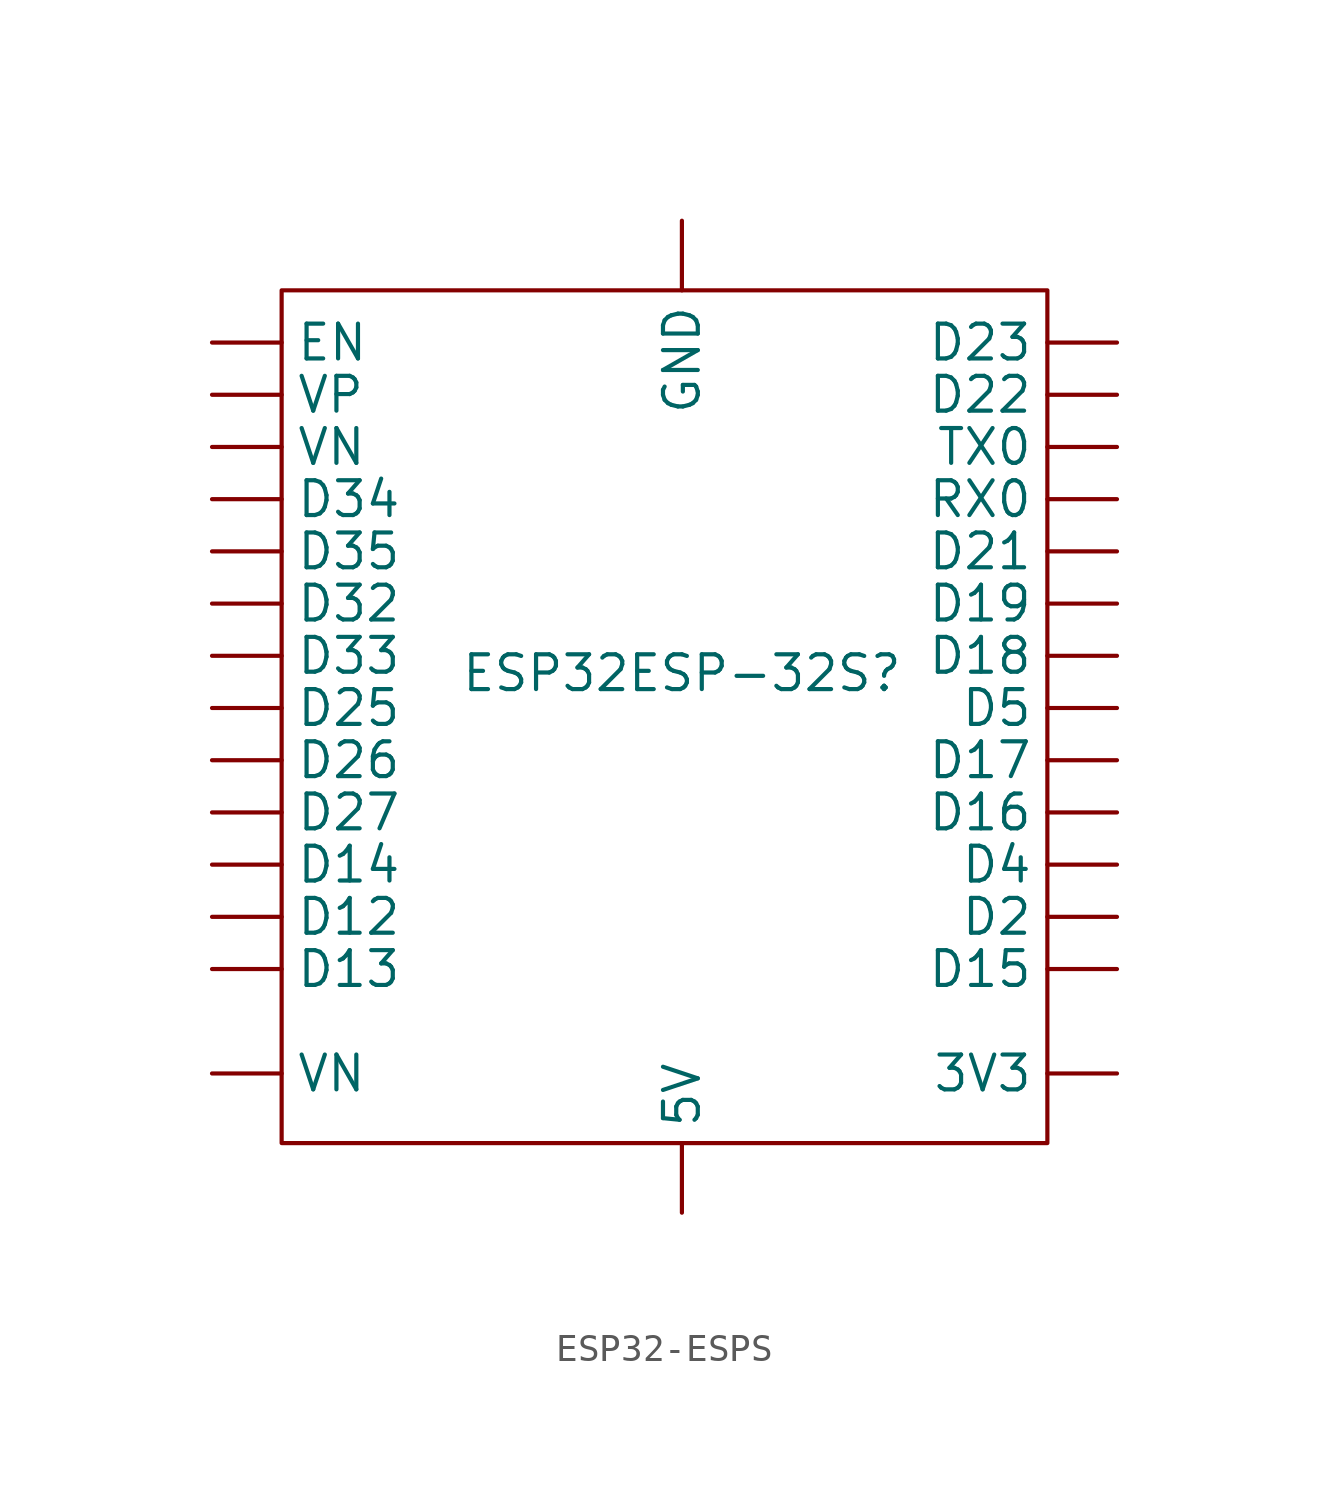
<source format=kicad_sym>
(kicad_symbol_lib
  (version 20220914)
  (generator kicad_symbol_editor)
  (symbol "ESP32-ESPS"
    (property "Reference" "ESP32ESP-32S"
      (at 9.525 -10.16 0)
      (effects (font (size 1.27 1.27))))
    (property "Value" ""
      (at -3.81 1.27 0)
      (effects (font (size 1.27 1.27))))
    (symbol "ESP32-ESPS_0_1"
      (rectangle (start -5.08 3.81) (end 22.86 -27.305) (stroke (width 0) (type default)) (fill (type none))))
    (symbol "ESP32-ESPS_1_1"
      (pin input line (at 25.4 -24.765 180) (length 2.54) (name "3V3" (effects (font (size 1.27 1.27)))) (number "" (effects (font (size 1.27 1.27)))))
      (pin input line (at 9.525 -29.845 90) (length 2.54) (name "5V" (effects (font (size 1.27 1.27)))) (number "" (effects (font (size 1.27 1.27)))))
      (pin output line (at -7.62 -19.05 0) (length 2.54) (name "D12" (effects (font (size 1.27 1.27)))) (number "" (effects (font (size 1.27 1.27)))))
      (pin output line (at -7.62 -20.955 0) (length 2.54) (name "D13" (effects (font (size 1.27 1.27)))) (number "" (effects (font (size 1.27 1.27)))))
      (pin output line (at -7.62 -17.145 0) (length 2.54) (name "D14" (effects (font (size 1.27 1.27)))) (number "" (effects (font (size 1.27 1.27)))))
      (pin input line (at 25.4 -20.955 180) (length 2.54) (name "D15" (effects (font (size 1.27 1.27)))) (number "" (effects (font (size 1.27 1.27)))))
      (pin input line (at 25.4 -15.24 180) (length 2.54) (name "D16" (effects (font (size 1.27 1.27)))) (number "" (effects (font (size 1.27 1.27)))))
      (pin input line (at 25.4 -13.335 180) (length 2.54) (name "D17" (effects (font (size 1.27 1.27)))) (number "" (effects (font (size 1.27 1.27)))))
      (pin input line (at 25.4 -9.525 180) (length 2.54) (name "D18" (effects (font (size 1.27 1.27)))) (number "" (effects (font (size 1.27 1.27)))))
      (pin input line (at 25.4 -7.62 180) (length 2.54) (name "D19" (effects (font (size 1.27 1.27)))) (number "" (effects (font (size 1.27 1.27)))))
      (pin input line (at 25.4 -19.05 180) (length 2.54) (name "D2" (effects (font (size 1.27 1.27)))) (number "" (effects (font (size 1.27 1.27)))))
      (pin input line (at 25.4 -5.715 180) (length 2.54) (name "D21" (effects (font (size 1.27 1.27)))) (number "" (effects (font (size 1.27 1.27)))))
      (pin output line (at 25.4 0 180) (length 2.54) (name "D22" (effects (font (size 1.27 1.27)))) (number "" (effects (font (size 1.27 1.27)))))
      (pin output line (at 25.4 1.905 180) (length 2.54) (name "D23" (effects (font (size 1.27 1.27)))) (number "" (effects (font (size 1.27 1.27)))))
      (pin output line (at -7.62 -11.43 0) (length 2.54) (name "D25" (effects (font (size 1.27 1.27)))) (number "" (effects (font (size 1.27 1.27)))))
      (pin output line (at -7.62 -13.335 0) (length 2.54) (name "D26" (effects (font (size 1.27 1.27)))) (number "" (effects (font (size 1.27 1.27)))))
      (pin output line (at -7.62 -15.24 0) (length 2.54) (name "D27" (effects (font (size 1.27 1.27)))) (number "" (effects (font (size 1.27 1.27)))))
      (pin output line (at -7.62 -7.62 0) (length 2.54) (name "D32" (effects (font (size 1.27 1.27)))) (number "" (effects (font (size 1.27 1.27)))))
      (pin output line (at -7.62 -9.525 0) (length 2.54) (name "D33" (effects (font (size 1.27 1.27)))) (number "" (effects (font (size 1.27 1.27)))))
      (pin output line (at -7.62 -3.81 0) (length 2.54) (name "D34" (effects (font (size 1.27 1.27)))) (number "" (effects (font (size 1.27 1.27)))))
      (pin output line (at -7.62 -5.715 0) (length 2.54) (name "D35" (effects (font (size 1.27 1.27)))) (number "" (effects (font (size 1.27 1.27)))))
      (pin input line (at 25.4 -17.145 180) (length 2.54) (name "D4" (effects (font (size 1.27 1.27)))) (number "" (effects (font (size 1.27 1.27)))))
      (pin input line (at 25.4 -11.43 180) (length 2.54) (name "D5" (effects (font (size 1.27 1.27)))) (number "" (effects (font (size 1.27 1.27)))))
      (pin input line (at -7.62 1.905 0) (length 2.54) (name "EN" (effects (font (size 1.27 1.27)))) (number "" (effects (font (size 1.27 1.27)))))
      (pin input line (at 9.525 6.35 270) (length 2.54) (name "GND" (effects (font (size 1.27 1.27)))) (number "" (effects (font (size 1.27 1.27)))))
      (pin input line (at 25.4 -3.81 180) (length 2.54) (name "RX0" (effects (font (size 1.27 1.27)))) (number "" (effects (font (size 1.27 1.27)))))
      (pin output line (at 25.4 -1.905 180) (length 2.54) (name "TX0" (effects (font (size 1.27 1.27)))) (number "" (effects (font (size 1.27 1.27)))))
      (pin input line (at -7.62 -24.765 0) (length 2.54) (name "VN" (effects (font (size 1.27 1.27)))) (number "" (effects (font (size 1.27 1.27)))))
      (pin input line (at -7.62 -1.905 0) (length 2.54) (name "VN" (effects (font (size 1.27 1.27)))) (number "" (effects (font (size 1.27 1.27)))))
      (pin input line (at -7.62 0 0) (length 2.54) (name "VP" (effects (font (size 1.27 1.27)))) (number "" (effects (font (size 1.27 1.27))))))))
</source>
